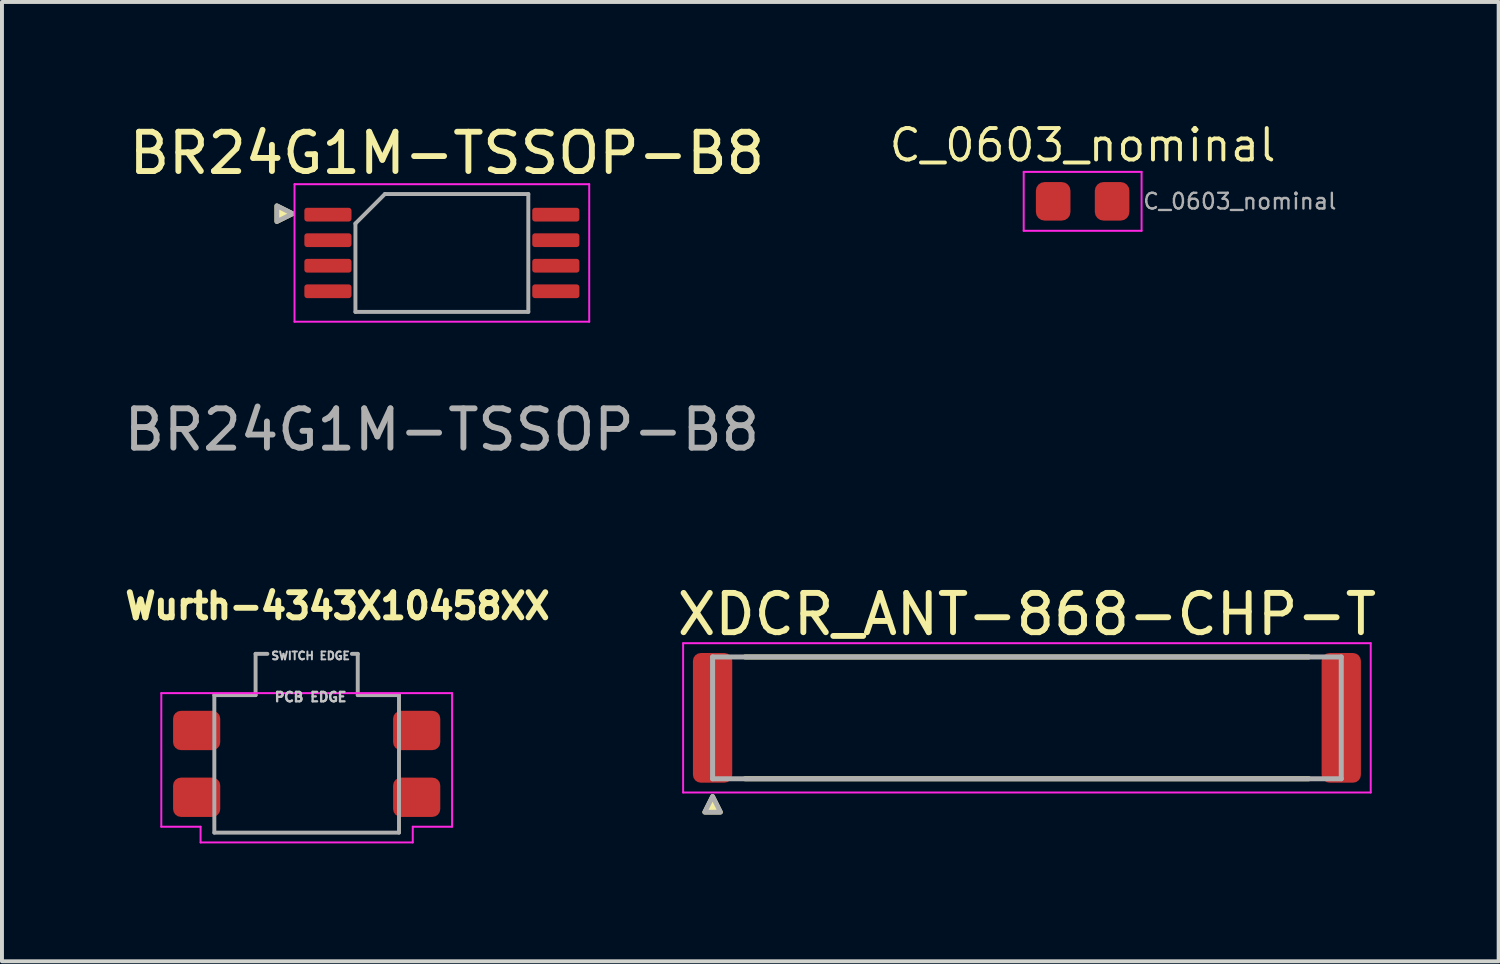
<source format=kicad_pcb>
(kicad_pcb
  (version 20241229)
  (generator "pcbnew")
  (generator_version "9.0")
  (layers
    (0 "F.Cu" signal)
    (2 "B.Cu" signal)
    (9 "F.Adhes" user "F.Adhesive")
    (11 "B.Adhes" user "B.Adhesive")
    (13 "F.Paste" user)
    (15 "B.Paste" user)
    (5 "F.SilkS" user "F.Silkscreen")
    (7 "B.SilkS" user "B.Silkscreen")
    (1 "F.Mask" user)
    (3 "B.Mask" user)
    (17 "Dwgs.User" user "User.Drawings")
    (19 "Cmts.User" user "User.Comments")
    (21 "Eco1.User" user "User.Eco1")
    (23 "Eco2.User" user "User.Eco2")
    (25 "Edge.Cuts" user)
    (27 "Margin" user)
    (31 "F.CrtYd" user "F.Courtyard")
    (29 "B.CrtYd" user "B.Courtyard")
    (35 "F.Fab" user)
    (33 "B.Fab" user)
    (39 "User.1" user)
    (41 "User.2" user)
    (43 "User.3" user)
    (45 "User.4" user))
  (footprint "Wurth-4343X10458XX"
    (layer "F.Cu")
    (at 4.855 16.391)
    (property "Reference" "Wurth-4343X10458XX" (at 0.685 -4.017 0) (layer "F.SilkS") (effects (font (size 0.64 0.64) (thickness 0.15))))
    (attr smd)
    (fp_line (start -3.8 -1.8) (end 3.6 -1.8) (stroke (width 0.05) (type default)) (layer "F.CrtYd"))
    (fp_line (start -3.8 1.6) (end -3.8 -1.8) (stroke (width 0.05) (type default)) (layer "F.CrtYd"))
    (fp_line (start -2.8 1.6) (end -3.8 1.6) (stroke (width 0.05) (type default)) (layer "F.CrtYd"))
    (fp_line (start -2.8 2) (end -2.8 1.6) (stroke (width 0.05) (type default)) (layer "F.CrtYd"))
    (fp_line (start 2.6 1.6) (end 3.6 1.6) (stroke (width 0.05) (type default)) (layer "F.CrtYd"))
    (fp_line (start 2.6 2) (end -2.8 2) (stroke (width 0.05) (type default)) (layer "F.CrtYd"))
    (fp_line (start 2.6 2) (end 2.6 1.6) (stroke (width 0.05) (type default)) (layer "F.CrtYd"))
    (fp_line (start 3.6 -1.8) (end 3.6 1.6) (stroke (width 0.05) (type default)) (layer "F.CrtYd"))
    (fp_line (start -2.45 -1.75) (end -2.45 1.75) (stroke (width 0.1) (type solid)) (layer "F.Fab"))
    (fp_line (start -2.45 -1.75) (end -1.4 -1.75) (stroke (width 0.1) (type solid)) (layer "F.Fab"))
    (fp_line (start -2.45 1.75) (end 2.25 1.75) (stroke (width 0.1) (type solid)) (layer "F.Fab"))
    (fp_line (start -1.4 -2.8) (end -1.4 -1.75) (stroke (width 0.1) (type solid)) (layer "F.Fab"))
    (fp_line (start -1.4 -2.8) (end -1.1 -2.8) (stroke (width 0.1) (type solid)) (layer "F.Fab"))
    (fp_line (start 1.05 -2.8) (end 1.2 -2.8) (stroke (width 0.1) (type solid)) (layer "F.Fab"))
    (fp_line (start 1.2 -1.75) (end 1.2 -2.8) (stroke (width 0.1) (type solid)) (layer "F.Fab"))
    (fp_line (start 1.2 -1.75) (end 2.25 -1.75) (stroke (width 0.1) (type solid)) (layer "F.Fab"))
    (fp_line (start 2.25 1.75) (end 2.25 -1.75) (stroke (width 0.1) (type solid)) (layer "F.Fab"))
    (fp_text user "PCB EDGE" (at 0 -1.7 180) (layer "Dwgs.User") (effects (font (size 0.24 0.24) (thickness 0.15))))
    (fp_text user "SWITCH EDGE" (at 0 -2.75 180) (layer "Dwgs.User") (effects (font (size 0.2 0.2) (thickness 0.15))))
    (pad "1" smd roundrect (at -2.9 0.85 180) (size 1.2 1) (layers "F.Cu" "F.Mask" "F.Paste") (roundrect_rratio 0.2))
    (pad "2" smd roundrect (at -2.9 -0.85 180) (size 1.2 1) (layers "F.Cu" "F.Mask" "F.Paste") (roundrect_rratio 0.2))
    (pad "3" smd roundrect (at 2.7 0.85 180) (size 1.2 1) (layers "F.Cu" "F.Mask" "F.Paste") (roundrect_rratio 0.2))
    (pad "4" smd roundrect (at 2.7 -0.85 180) (size 1.2 1) (layers "F.Cu" "F.Mask" "F.Paste") (roundrect_rratio 0.2)))
  (footprint "BR24G1M-TSSOP-B8"
    (layer "F.Cu")
    (at 8.196 3.388)
    (property "Reference" "BR24G1M-TSSOP-B8" (at 0.127 -2.54 0) (layer "F.SilkS") (effects (font (size 1 1) (thickness 0.15))))
    (attr smd)
    (fp_poly (pts (xy -4.2 -0.8) (xy -4.2 -1.2) (xy -3.8 -1)) (stroke (width 0.12) (type solid)) (fill yes) (layer "F.SilkS"))
    (fp_line (start -3.75 -1.75) (end -3.75 1.75) (stroke (width 0.05) (type solid)) (layer "F.CrtYd"))
    (fp_line (start -3.75 1.75) (end 3.75 1.75) (stroke (width 0.05) (type solid)) (layer "F.CrtYd"))
    (fp_line (start 3.75 -1.75) (end -3.75 -1.75) (stroke (width 0.05) (type solid)) (layer "F.CrtYd"))
    (fp_line (start 3.75 1.75) (end 3.75 -1.75) (stroke (width 0.05) (type solid)) (layer "F.CrtYd"))
    (fp_line (start -2.2 -0.75) (end -1.45 -1.5) (stroke (width 0.1) (type solid)) (layer "F.Fab"))
    (fp_line (start -2.2 1.5) (end -2.2 -0.75) (stroke (width 0.1) (type solid)) (layer "F.Fab"))
    (fp_line (start -1.45 -1.5) (end 2.2 -1.5) (stroke (width 0.1) (type solid)) (layer "F.Fab"))
    (fp_line (start 2.2 -1.5) (end 2.2 1.5) (stroke (width 0.1) (type solid)) (layer "F.Fab"))
    (fp_line (start 2.2 1.5) (end -2.2 1.5) (stroke (width 0.1) (type solid)) (layer "F.Fab"))
    (fp_poly (pts (xy -4.2 -0.8) (xy -4.2 -1.2) (xy -3.8 -1)) (stroke (width 0.12) (type solid)) (fill no) (layer "F.Fab"))
    (fp_text user "${REFERENCE}" (at 0 4.5 0) (layer "F.Fab") (effects (font (size 1 1) (thickness 0.15))))
    (pad "1" smd roundrect (at -2.9 -0.975) (size 1.2 0.35) (layers "F.Cu" "F.Mask" "F.Paste") (roundrect_rratio 0.2))
    (pad "2" smd roundrect (at -2.9 -0.325) (size 1.2 0.35) (layers "F.Cu" "F.Mask" "F.Paste") (roundrect_rratio 0.2))
    (pad "3" smd roundrect (at -2.9 0.325) (size 1.2 0.35) (layers "F.Cu" "F.Mask" "F.Paste") (roundrect_rratio 0.2))
    (pad "4" smd roundrect (at -2.9 0.975) (size 1.2 0.35) (layers "F.Cu" "F.Mask" "F.Paste") (roundrect_rratio 0.2))
    (pad "5" smd roundrect (at 2.9 0.975) (size 1.2 0.35) (layers "F.Cu" "F.Mask" "F.Paste") (roundrect_rratio 0.2))
    (pad "6" smd roundrect (at 2.9 0.325) (size 1.2 0.35) (layers "F.Cu" "F.Mask" "F.Paste") (roundrect_rratio 0.2))
    (pad "7" smd roundrect (at 2.9 -0.325) (size 1.2 0.35) (layers "F.Cu" "F.Mask" "F.Paste") (roundrect_rratio 0.2))
    (pad "8" smd roundrect (at 2.9 -0.975) (size 1.2 0.35) (layers "F.Cu" "F.Mask" "F.Paste") (roundrect_rratio 0.2)))
  (footprint "C_0603_nominal"
    (layer "F.Cu")
    (at 24.504 2.074)
    (property "Reference" "C_0603_nominal" (at 0 -1.43 0) (layer "F.SilkS") (effects (font (size 0.8 0.8) (thickness 0.1))))
    (attr smd)
    (fp_line (start -1.5 -0.75) (end 1.5 -0.75) (stroke (width 0.05) (type solid)) (layer "F.CrtYd"))
    (fp_line (start -1.5 0.75) (end -1.5 -0.75) (stroke (width 0.05) (type solid)) (layer "F.CrtYd"))
    (fp_line (start 1.5 -0.75) (end 1.5 0.75) (stroke (width 0.05) (type solid)) (layer "F.CrtYd"))
    (fp_line (start 1.5 0.75) (end -1.5 0.75) (stroke (width 0.05) (type solid)) (layer "F.CrtYd"))
    (fp_text user "${REFERENCE}" (at 4 0 0) (layer "F.Fab") (effects (font (size 0.4 0.4) (thickness 0.06))))
    (pad "1" smd roundrect (at -0.75 0) (size 0.88 0.98) (layers "F.Cu" "F.Mask" "F.Paste") (roundrect_rratio 0.25))
    (pad "2" smd roundrect (at 0.75 0) (size 0.88 0.98) (layers "F.Cu" "F.Mask" "F.Paste") (roundrect_rratio 0.25)))
  (footprint "XDCR_ANT-868-CHP-T"
    (layer "F.Cu")
    (at 23.086 15.22)
    (property "Reference" "XDCR_ANT-868-CHP-T" (at 0 -2.635 0) (layer "F.SilkS") (effects (font (size 1 1) (thickness 0.15))))
    (attr smd)
    (fp_line (start -7.173 -1.55) (end 7.173 -1.55) (stroke (width 0.127) (type solid)) (layer "F.SilkS"))
    (fp_line (start 7.173 1.55) (end -7.173 1.55) (stroke (width 0.127) (type solid)) (layer "F.SilkS"))
    (fp_poly (pts (xy -7.8 2.4) (xy -8.2 2.4) (xy -8 2)) (stroke (width 0.12) (type solid)) (fill yes) (layer "F.SilkS"))
    (fp_line (start -8.75 -1.9) (end 8.75 -1.9) (stroke (width 0.05) (type solid)) (layer "F.CrtYd"))
    (fp_line (start -8.75 1.9) (end -8.75 -1.9) (stroke (width 0.05) (type solid)) (layer "F.CrtYd"))
    (fp_line (start 8.75 -1.9) (end 8.75 1.9) (stroke (width 0.05) (type solid)) (layer "F.CrtYd"))
    (fp_line (start 8.75 1.9) (end -8.75 1.9) (stroke (width 0.05) (type solid)) (layer "F.CrtYd"))
    (fp_line (start -8 -1.55) (end 8 -1.55) (stroke (width 0.127) (type solid)) (layer "F.Fab"))
    (fp_line (start -8 1.55) (end -8 -1.55) (stroke (width 0.127) (type solid)) (layer "F.Fab"))
    (fp_line (start 8 -1.55) (end 8 1.55) (stroke (width 0.127) (type solid)) (layer "F.Fab"))
    (fp_line (start 8 1.55) (end -8 1.55) (stroke (width 0.127) (type solid)) (layer "F.Fab"))
    (fp_poly (pts (xy -7.8 2.4) (xy -8.2 2.4) (xy -8 2)) (stroke (width 0.12) (type solid)) (fill no) (layer "F.Fab"))
    (pad "1" smd roundrect (at -8 0) (size 1 3.3) (layers "F.Cu" "F.Mask" "F.Paste") (roundrect_rratio 0.2))
    (pad "2" smd roundrect (at 8 0) (size 1 3.3) (layers "F.Cu" "F.Mask" "F.Paste") (roundrect_rratio 0.2))
    (zone (net_name "") (layer "F.Cu") (hatch full 0.508) (connect_pads) (min_thickness 0.01) (filled_areas_thickness no) (keepout (tracks not_allowed) (vias not_allowed) (pads not_allowed) (copperpour not_allowed) (footprints allowed)) (placement (enabled no)) (fill) (polygon (pts (xy 15.586 13.57) (xy 30.586 13.57) (xy 30.586 16.87) (xy 15.586 16.87))))
    (zone (net_name "") (layers "F.Cu" "B.Cu") (hatch full 0.508) (connect_pads) (min_thickness 0.01) (filled_areas_thickness no) (keepout (tracks allowed) (vias not_allowed) (pads allowed) (copperpour allowed) (footprints allowed)) (placement (enabled no)) (fill) (polygon (pts (xy 15.586 13.57) (xy 30.586 13.57) (xy 30.586 16.87) (xy 15.586 16.87)))))
  (gr_rect
    (start -3 -3)
    (end 35.092 21.416)
    (stroke (width 0.1) (type default))
    (fill no)
    (layer "Edge.Cuts")))
</source>
